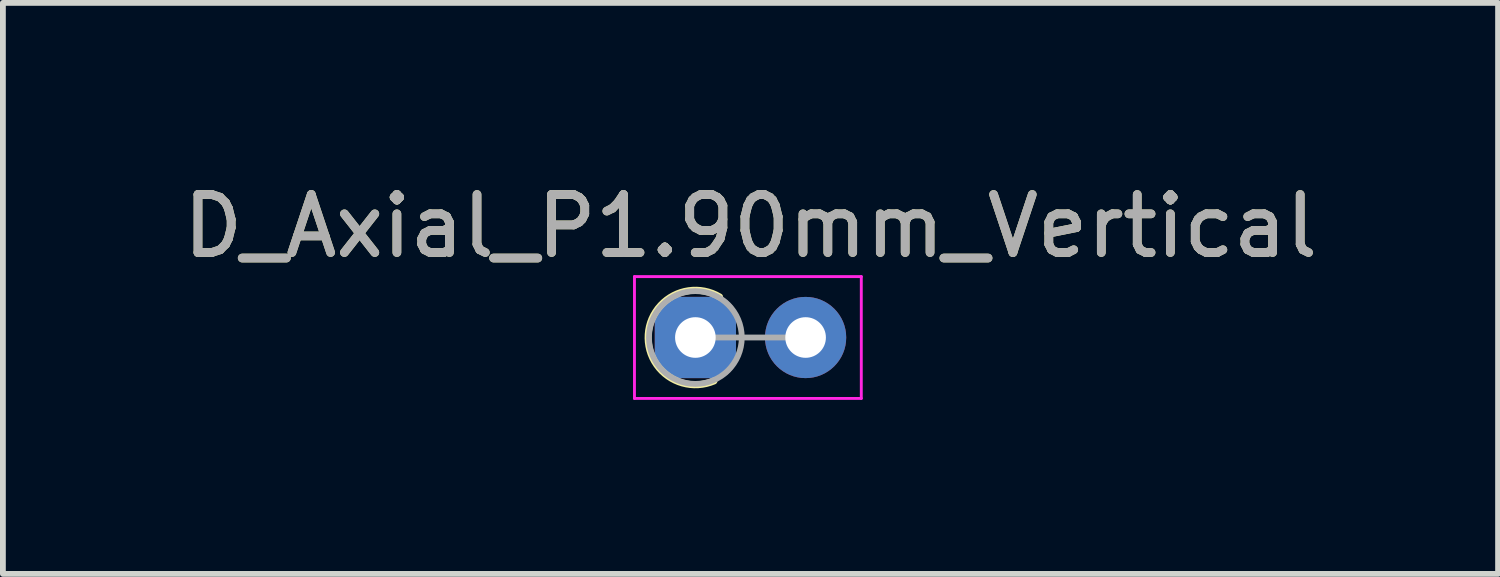
<source format=kicad_pcb>
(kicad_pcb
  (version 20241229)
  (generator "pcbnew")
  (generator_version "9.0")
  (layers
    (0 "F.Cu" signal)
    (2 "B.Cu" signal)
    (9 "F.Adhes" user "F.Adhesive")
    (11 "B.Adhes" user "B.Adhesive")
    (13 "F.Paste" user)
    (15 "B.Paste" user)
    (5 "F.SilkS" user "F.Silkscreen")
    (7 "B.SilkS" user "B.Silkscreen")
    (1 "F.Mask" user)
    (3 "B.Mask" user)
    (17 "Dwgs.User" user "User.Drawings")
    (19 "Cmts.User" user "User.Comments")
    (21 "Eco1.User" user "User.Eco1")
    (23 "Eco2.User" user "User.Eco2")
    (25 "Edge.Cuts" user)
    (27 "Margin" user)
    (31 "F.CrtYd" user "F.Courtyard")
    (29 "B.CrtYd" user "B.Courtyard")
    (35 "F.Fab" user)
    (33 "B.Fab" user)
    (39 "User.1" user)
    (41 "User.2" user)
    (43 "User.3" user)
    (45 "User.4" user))
  (footprint "D_Axial_P1.90mm_Vertical"
    (layer "F.Cu")
    (at 8.937 2.768)
    (property "Reference" "D_Axial_P1.90mm_Vertical" (at 0.95 -1.92 0) (layer "F.SilkS") (effects (font (size 1 1) (thickness 0.15))))
    (attr through_hole)
    (fp_arc (start 0.320095 0.749359) (mid -0.813042 -0.054435) (end 0.417133 -0.7) (stroke (width 0.12) (type solid)) (layer "F.SilkS"))
    (fp_line (start -1.05 -1.05) (end -1.05 1.05) (stroke (width 0.05) (type solid)) (layer "F.CrtYd"))
    (fp_line (start -1.05 1.05) (end 2.86 1.05) (stroke (width 0.05) (type solid)) (layer "F.CrtYd"))
    (fp_line (start 2.86 -1.05) (end -1.05 -1.05) (stroke (width 0.05) (type solid)) (layer "F.CrtYd"))
    (fp_line (start 2.86 1.05) (end 2.86 -1.05) (stroke (width 0.05) (type solid)) (layer "F.CrtYd"))
    (fp_line (start 0 0) (end 1.9 0) (stroke (width 0.1) (type solid)) (layer "F.Fab"))
    (fp_circle (center 0 0) (end 0.8 0) (stroke (width 0.1) (type solid)) (fill no) (layer "F.Fab"))
    (fp_text user "${REFERENCE}" (at 0.95 -1.92 0) (layer "F.Fab") (effects (font (size 1 1) (thickness 0.15))))
    (pad "1" thru_hole roundrect (at 0 0) (size 1.4 1.4) (drill 0.7) (layers "*.Cu" "*.Mask") (roundrect_rratio 0.25))
    (pad "2" thru_hole oval (at 1.9 0) (size 1.4 1.4) (drill 0.7) (layers "*.Cu" "*.Mask")))
  (gr_rect
    (start -3 -3)
    (end 22.774 6.843)
    (stroke (width 0.1) (type default))
    (fill no)
    (layer "Edge.Cuts")))
</source>
